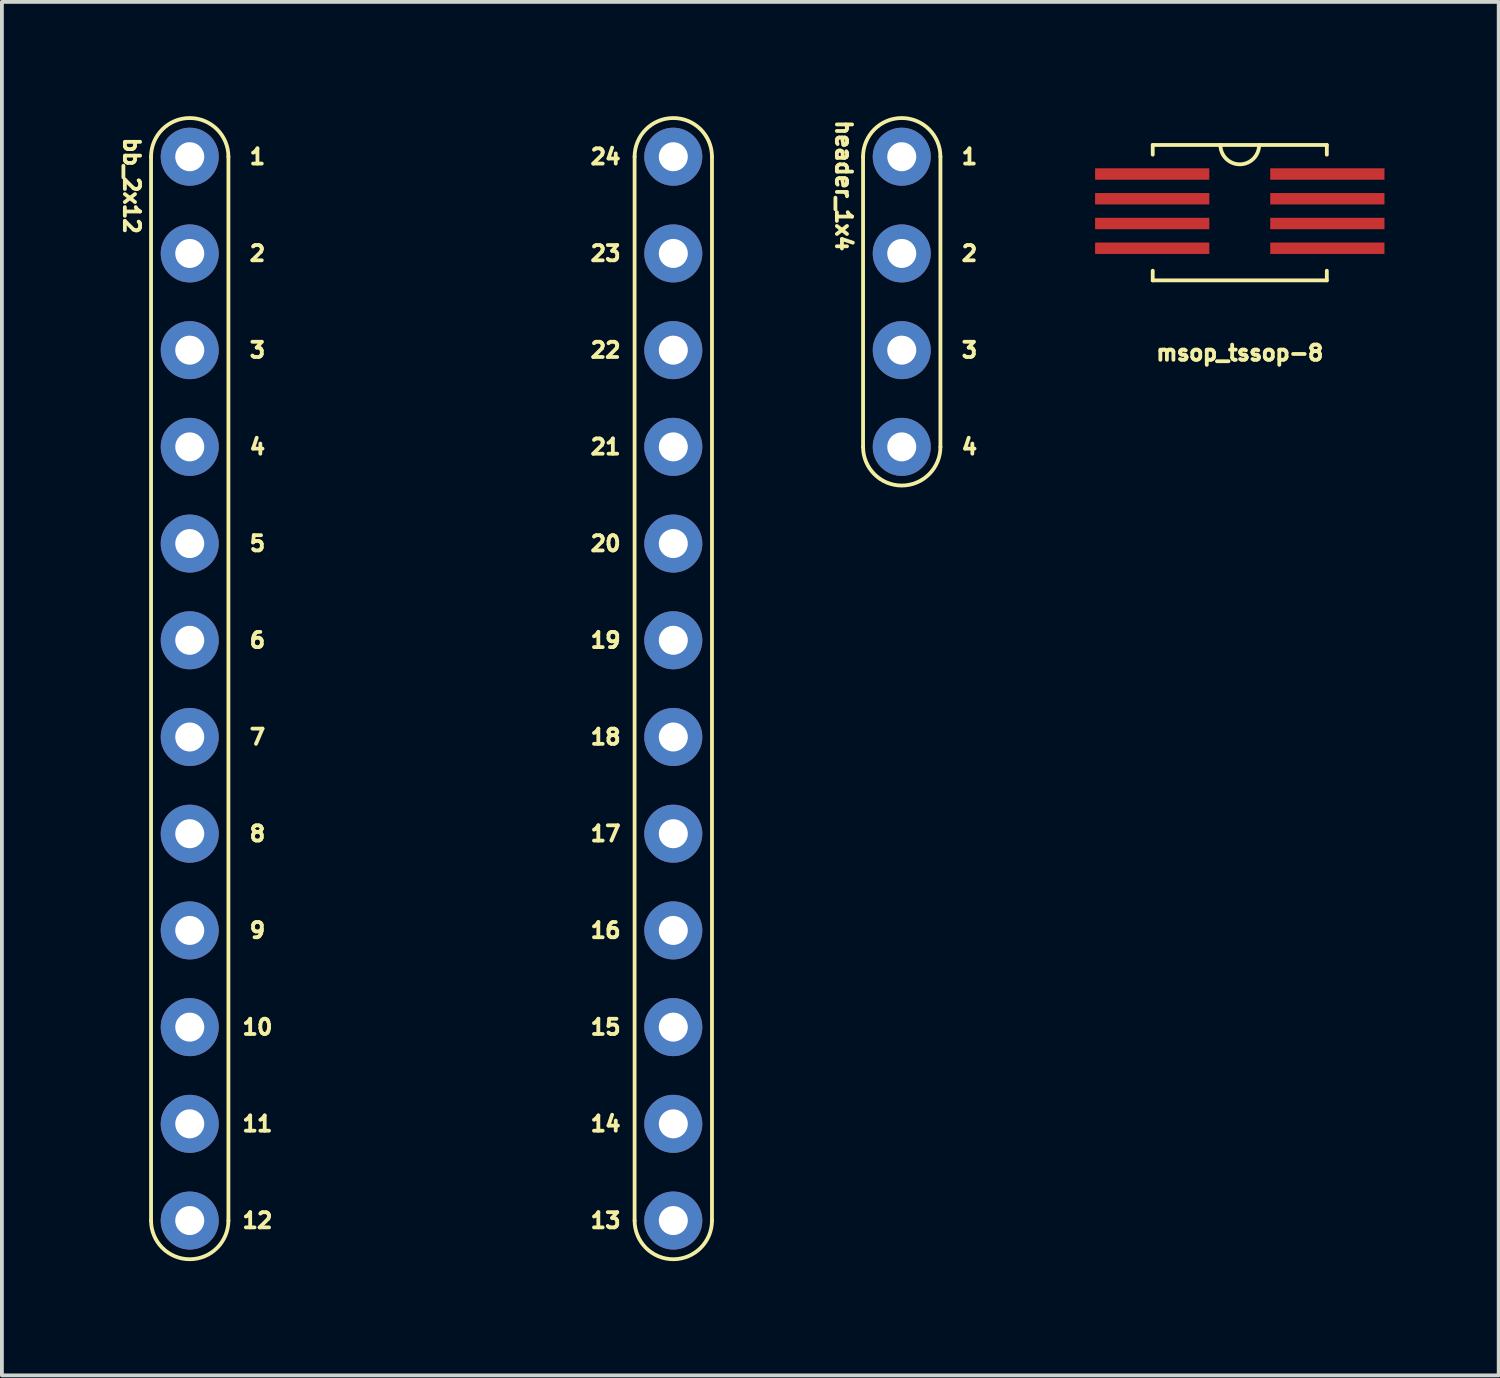
<source format=kicad_pcb>
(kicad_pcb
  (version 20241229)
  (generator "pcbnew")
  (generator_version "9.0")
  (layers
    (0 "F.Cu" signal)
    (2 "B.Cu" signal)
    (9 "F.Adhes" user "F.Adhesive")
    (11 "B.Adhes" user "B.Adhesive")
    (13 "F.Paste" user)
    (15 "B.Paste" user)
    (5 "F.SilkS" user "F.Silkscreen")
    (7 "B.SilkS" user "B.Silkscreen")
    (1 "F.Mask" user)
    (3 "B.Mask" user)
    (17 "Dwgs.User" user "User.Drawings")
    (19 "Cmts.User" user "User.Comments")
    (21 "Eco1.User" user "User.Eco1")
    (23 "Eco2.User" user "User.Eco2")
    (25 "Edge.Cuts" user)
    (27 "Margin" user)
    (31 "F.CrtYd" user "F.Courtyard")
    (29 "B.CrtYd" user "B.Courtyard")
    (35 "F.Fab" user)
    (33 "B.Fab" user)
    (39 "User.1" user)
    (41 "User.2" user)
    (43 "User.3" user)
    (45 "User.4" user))
  (footprint "msop_tssop-8"
    (layer "F.Cu")
    (at 29.511 0.25)
    (property "Reference" "msop_tssop-8" (at 0 5.969 0) (layer "F.SilkS") (effects (font (size 0.4 0.4) (thickness 0.1))))
    (attr smd)
    (fp_line (start -2.286 0.508) (end -2.286 0.762) (stroke (width 0.1) (type solid)) (layer "F.SilkS"))
    (fp_line (start -2.286 0.508) (end 2.286 0.508) (stroke (width 0.1) (type solid)) (layer "F.SilkS"))
    (fp_line (start -2.286 3.81) (end -2.286 4.064) (stroke (width 0.1) (type solid)) (layer "F.SilkS"))
    (fp_line (start 2.286 0.508) (end 2.286 0.762) (stroke (width 0.1) (type solid)) (layer "F.SilkS"))
    (fp_line (start 2.286 3.81) (end 2.286 4.064) (stroke (width 0.1) (type solid)) (layer "F.SilkS"))
    (fp_line (start 2.286 4.064) (end -2.286 4.064) (stroke (width 0.1) (type solid)) (layer "F.SilkS"))
    (fp_arc (start 0.508 0.508) (mid 0 1.016) (end -0.508 0.508) (stroke (width 0.1) (type solid)) (layer "F.SilkS"))
    (pad "1" smd rect (at -0.8 1.27) (size 3 0.3) (drill (offset -1.5 0)) (layers "F.Cu" "F.Mask" "F.Paste"))
    (pad "2" smd rect (at -0.8 1.92) (size 3 0.3) (drill (offset -1.5 0)) (layers "F.Cu" "F.Mask" "F.Paste"))
    (pad "3" smd rect (at -0.8 2.57) (size 3 0.3) (drill (offset -1.5 0)) (layers "F.Cu" "F.Mask" "F.Paste"))
    (pad "4" smd rect (at -0.8 3.22) (size 3 0.3) (drill (offset -1.5 0)) (layers "F.Cu" "F.Mask" "F.Paste"))
    (pad "5" smd rect (at 0.8 3.22) (size 3 0.3) (drill (offset 1.5 0)) (layers "F.Cu" "F.Mask" "F.Paste"))
    (pad "6" smd rect (at 0.8 2.57) (size 3 0.3) (drill (offset 1.5 0)) (layers "F.Cu" "F.Mask" "F.Paste"))
    (pad "7" smd rect (at 0.8 1.92) (size 3 0.3) (drill (offset 1.5 0)) (layers "F.Cu" "F.Mask" "F.Paste"))
    (pad "8" smd rect (at 0.8 1.27) (size 3 0.3) (drill (offset 1.5 0)) (layers "F.Cu" "F.Mask" "F.Paste")))
  (footprint "bb_2x12"
    (layer "F.Cu")
    (at 1.933 1.066)
    (property "Reference" "bb_2x12" (at -1.524 0.762 270) (unlocked yes) (layer "F.SilkS") (effects (font (size 0.4 0.4) (thickness 0.1))))
    (attr through_hole)
    (fp_line (start -1.016 0) (end -1.016 27.94) (stroke (width 0.1) (type solid)) (layer "F.SilkS"))
    (fp_line (start 1.016 27.94) (end 1.016 0) (stroke (width 0.1) (type solid)) (layer "F.SilkS"))
    (fp_line (start 11.684 27.94) (end 11.684 0) (stroke (width 0.1) (type solid)) (layer "F.SilkS"))
    (fp_line (start 13.716 27.94) (end 13.716 0) (stroke (width 0.1) (type solid)) (layer "F.SilkS"))
    (fp_arc (start -1.016 0) (mid 0 -1.016) (end 1.016 0) (stroke (width 0.1) (type solid)) (layer "F.SilkS"))
    (fp_arc (start 1.016 27.94) (mid 0 28.956) (end -1.016 27.94) (stroke (width 0.1) (type solid)) (layer "F.SilkS"))
    (fp_arc (start 11.684 0) (mid 12.7 -1.016) (end 13.716 0) (stroke (width 0.1) (type solid)) (layer "F.SilkS"))
    (fp_arc (start 13.716 27.94) (mid 12.7 28.956) (end 11.684 27.94) (stroke (width 0.1) (type solid)) (layer "F.SilkS"))
    (fp_text user "15" (at 10.922 22.86 0) (layer "F.SilkS") (effects (font (size 0.4 0.4) (thickness 0.1))))
    (fp_text user "19" (at 10.922 12.7 0) (layer "F.SilkS") (effects (font (size 0.4 0.4) (thickness 0.1))))
    (fp_text user "3" (at 1.778 5.08 0) (layer "F.SilkS") (effects (font (size 0.4 0.4) (thickness 0.1))))
    (fp_text user "5" (at 1.778 10.16 0) (layer "F.SilkS") (effects (font (size 0.4 0.4) (thickness 0.1))))
    (fp_text user "17" (at 10.922 17.78 0) (layer "F.SilkS") (effects (font (size 0.4 0.4) (thickness 0.1))))
    (fp_text user "24" (at 10.922 0 0) (layer "F.SilkS") (effects (font (size 0.4 0.4) (thickness 0.1))))
    (fp_text user "7" (at 1.778 15.24 0) (layer "F.SilkS") (effects (font (size 0.4 0.4) (thickness 0.1))))
    (fp_text user "23" (at 10.922 2.54 0) (layer "F.SilkS") (effects (font (size 0.4 0.4) (thickness 0.1))))
    (fp_text user "2" (at 1.778 2.54 0) (layer "F.SilkS") (effects (font (size 0.4 0.4) (thickness 0.1))))
    (fp_text user "22" (at 10.922 5.08 0) (layer "F.SilkS") (effects (font (size 0.4 0.4) (thickness 0.1))))
    (fp_text user "16" (at 10.922 20.32 0) (layer "F.SilkS") (effects (font (size 0.4 0.4) (thickness 0.1))))
    (fp_text user "4" (at 1.778 7.62 0) (layer "F.SilkS") (effects (font (size 0.4 0.4) (thickness 0.1))))
    (fp_text user "18" (at 10.922 15.24 0) (layer "F.SilkS") (effects (font (size 0.4 0.4) (thickness 0.1))))
    (fp_text user "10" (at 1.778 22.86 0) (layer "F.SilkS") (effects (font (size 0.4 0.4) (thickness 0.1))))
    (fp_text user "14" (at 10.922 25.4 0) (layer "F.SilkS") (effects (font (size 0.4 0.4) (thickness 0.1))))
    (fp_text user "9" (at 1.778 20.32 0) (layer "F.SilkS") (effects (font (size 0.4 0.4) (thickness 0.1))))
    (fp_text user "12" (at 1.778 27.94 0) (layer "F.SilkS") (effects (font (size 0.4 0.4) (thickness 0.1))))
    (fp_text user "21" (at 10.922 7.62 0) (layer "F.SilkS") (effects (font (size 0.4 0.4) (thickness 0.1))))
    (fp_text user "13" (at 10.922 27.94 0) (layer "F.SilkS") (effects (font (size 0.4 0.4) (thickness 0.1))))
    (fp_text user "8" (at 1.778 17.78 0) (layer "F.SilkS") (effects (font (size 0.4 0.4) (thickness 0.1))))
    (fp_text user "6" (at 1.778 12.7 0) (layer "F.SilkS") (effects (font (size 0.4 0.4) (thickness 0.1))))
    (fp_text user "1" (at 1.778 0 0) (layer "F.SilkS") (effects (font (size 0.4 0.4) (thickness 0.1))))
    (fp_text user "20" (at 10.922 10.16 0) (layer "F.SilkS") (effects (font (size 0.4 0.4) (thickness 0.1))))
    (fp_text user "11" (at 1.778 25.4 0) (layer "F.SilkS") (effects (font (size 0.4 0.4) (thickness 0.1))))
    (pad "1" thru_hole circle (at 0 0) (size 1.524 1.524) (drill 0.762) (layers "*.Cu" "*.Mask"))
    (pad "2" thru_hole circle (at 0 2.54) (size 1.524 1.524) (drill 0.762) (layers "*.Cu" "*.Mask"))
    (pad "3" thru_hole circle (at 0 5.08) (size 1.524 1.524) (drill 0.762) (layers "*.Cu" "*.Mask"))
    (pad "4" thru_hole circle (at 0 7.62) (size 1.524 1.524) (drill 0.762) (layers "*.Cu" "*.Mask"))
    (pad "5" thru_hole circle (at 0 10.16) (size 1.524 1.524) (drill 0.762) (layers "*.Cu" "*.Mask"))
    (pad "6" thru_hole circle (at 0 12.7) (size 1.524 1.524) (drill 0.762) (layers "*.Cu" "*.Mask"))
    (pad "7" thru_hole circle (at 0 15.24) (size 1.524 1.524) (drill 0.762) (layers "*.Cu" "*.Mask"))
    (pad "8" thru_hole circle (at 0 17.78) (size 1.524 1.524) (drill 0.762) (layers "*.Cu" "*.Mask"))
    (pad "9" thru_hole circle (at 0 20.32) (size 1.524 1.524) (drill 0.762) (layers "*.Cu" "*.Mask"))
    (pad "10" thru_hole circle (at 0 22.86) (size 1.524 1.524) (drill 0.762) (layers "*.Cu" "*.Mask"))
    (pad "11" thru_hole circle (at 0 25.4) (size 1.524 1.524) (drill 0.762) (layers "*.Cu" "*.Mask"))
    (pad "12" thru_hole circle (at 0 27.94) (size 1.524 1.524) (drill 0.762) (layers "*.Cu" "*.Mask"))
    (pad "13" thru_hole circle (at 12.7 27.94) (size 1.524 1.524) (drill 0.762) (layers "*.Cu" "*.Mask"))
    (pad "14" thru_hole circle (at 12.7 25.4) (size 1.524 1.524) (drill 0.762) (layers "*.Cu" "*.Mask"))
    (pad "15" thru_hole circle (at 12.7 22.86) (size 1.524 1.524) (drill 0.762) (layers "*.Cu" "*.Mask"))
    (pad "16" thru_hole circle (at 12.7 20.32) (size 1.524 1.524) (drill 0.762) (layers "*.Cu" "*.Mask"))
    (pad "17" thru_hole circle (at 12.7 17.78) (size 1.524 1.524) (drill 0.762) (layers "*.Cu" "*.Mask"))
    (pad "18" thru_hole circle (at 12.7 15.24) (size 1.524 1.524) (drill 0.762) (layers "*.Cu" "*.Mask"))
    (pad "19" thru_hole circle (at 12.7 12.7) (size 1.524 1.524) (drill 0.762) (layers "*.Cu" "*.Mask"))
    (pad "20" thru_hole circle (at 12.7 10.16) (size 1.524 1.524) (drill 0.762) (layers "*.Cu" "*.Mask"))
    (pad "21" thru_hole circle (at 12.7 7.62) (size 1.524 1.524) (drill 0.762) (layers "*.Cu" "*.Mask"))
    (pad "22" thru_hole circle (at 12.7 5.08) (size 1.524 1.524) (drill 0.762) (layers "*.Cu" "*.Mask"))
    (pad "23" thru_hole circle (at 12.7 2.54) (size 1.524 1.524) (drill 0.762) (layers "*.Cu" "*.Mask"))
    (pad "24" thru_hole circle (at 12.7 0) (size 1.524 1.524) (drill 0.762) (layers "*.Cu" "*.Mask")))
  (footprint "header_1x4"
    (layer "F.Cu")
    (at 20.633 1.066)
    (property "Reference" "header_1x4" (at -1.524 0.762 270) (unlocked yes) (layer "F.SilkS") (effects (font (size 0.4 0.4) (thickness 0.1))))
    (attr through_hole)
    (fp_line (start -1.016 0) (end -1.016 7.62) (stroke (width 0.1) (type solid)) (layer "F.SilkS"))
    (fp_line (start 1.016 7.62) (end 1.016 0) (stroke (width 0.1) (type solid)) (layer "F.SilkS"))
    (fp_arc (start -1.016 0) (mid 0 -1.016) (end 1.016 0) (stroke (width 0.1) (type solid)) (layer "F.SilkS"))
    (fp_arc (start 1.016 7.62) (mid 0 8.636) (end -1.016 7.62) (stroke (width 0.1) (type solid)) (layer "F.SilkS"))
    (fp_text user "4" (at 1.778 7.62 0) (layer "F.SilkS") (effects (font (size 0.4 0.4) (thickness 0.1))))
    (fp_text user "1" (at 1.778 0 0) (layer "F.SilkS") (effects (font (size 0.4 0.4) (thickness 0.1))))
    (fp_text user "3" (at 1.778 5.08 0) (layer "F.SilkS") (effects (font (size 0.4 0.4) (thickness 0.1))))
    (fp_text user "2" (at 1.778 2.54 0) (layer "F.SilkS") (effects (font (size 0.4 0.4) (thickness 0.1))))
    (pad "1" thru_hole circle (at 0 0) (size 1.524 1.524) (drill 0.762) (layers "*.Cu" "*.Mask"))
    (pad "2" thru_hole circle (at 0 2.54) (size 1.524 1.524) (drill 0.762) (layers "*.Cu" "*.Mask"))
    (pad "3" thru_hole circle (at 0 5.08) (size 1.524 1.524) (drill 0.762) (layers "*.Cu" "*.Mask"))
    (pad "4" thru_hole circle (at 0 7.62) (size 1.524 1.524) (drill 0.762) (layers "*.Cu" "*.Mask")))
  (gr_rect
    (start -3 -3)
    (end 36.311 33.072)
    (stroke (width 0.1) (type default))
    (fill no)
    (layer "Edge.Cuts")))
</source>
